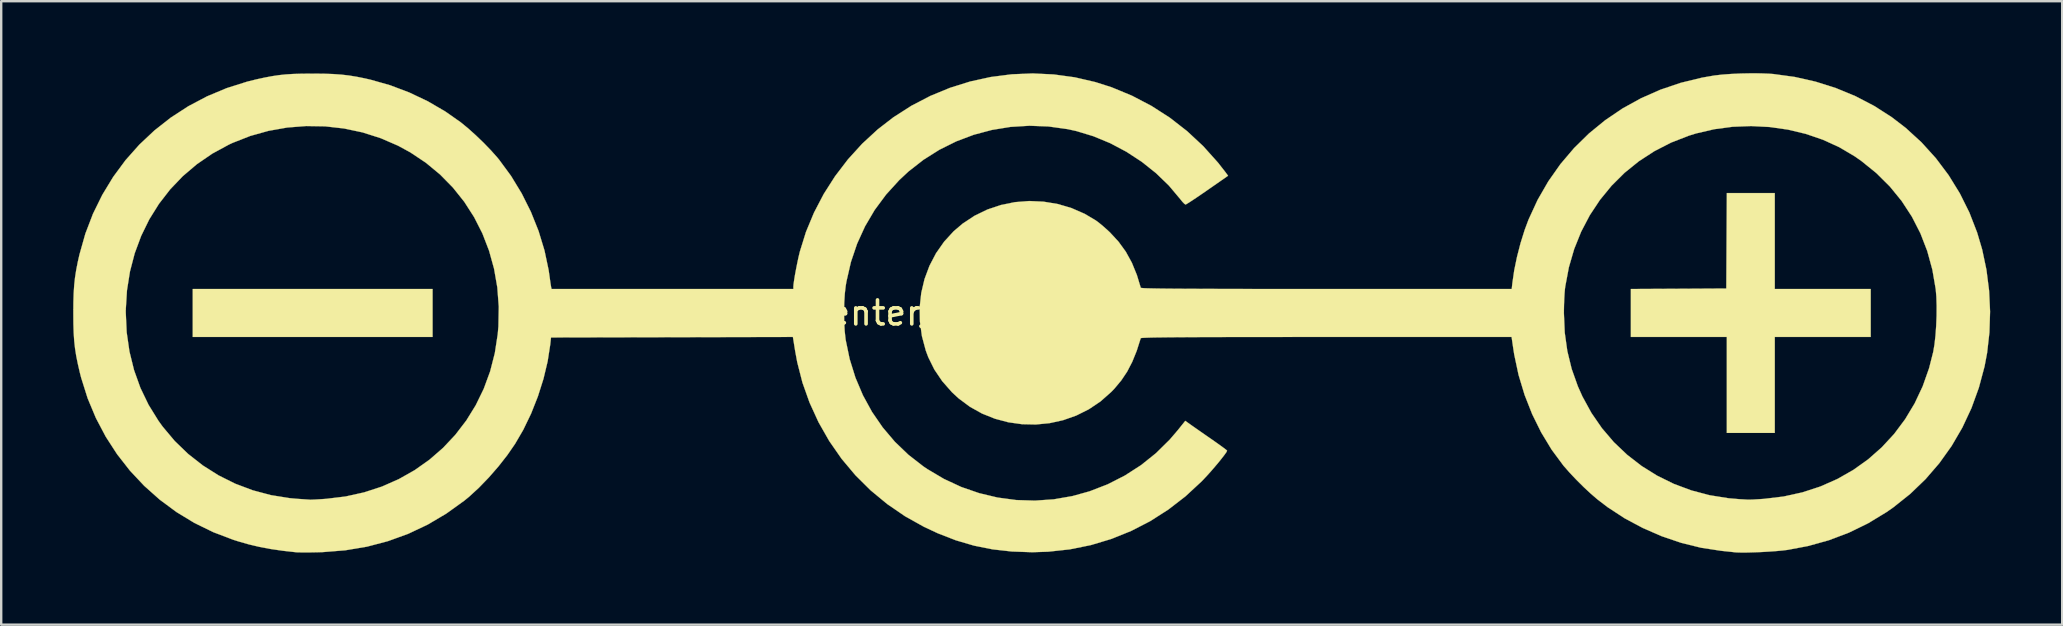
<source format=kicad_pcb>
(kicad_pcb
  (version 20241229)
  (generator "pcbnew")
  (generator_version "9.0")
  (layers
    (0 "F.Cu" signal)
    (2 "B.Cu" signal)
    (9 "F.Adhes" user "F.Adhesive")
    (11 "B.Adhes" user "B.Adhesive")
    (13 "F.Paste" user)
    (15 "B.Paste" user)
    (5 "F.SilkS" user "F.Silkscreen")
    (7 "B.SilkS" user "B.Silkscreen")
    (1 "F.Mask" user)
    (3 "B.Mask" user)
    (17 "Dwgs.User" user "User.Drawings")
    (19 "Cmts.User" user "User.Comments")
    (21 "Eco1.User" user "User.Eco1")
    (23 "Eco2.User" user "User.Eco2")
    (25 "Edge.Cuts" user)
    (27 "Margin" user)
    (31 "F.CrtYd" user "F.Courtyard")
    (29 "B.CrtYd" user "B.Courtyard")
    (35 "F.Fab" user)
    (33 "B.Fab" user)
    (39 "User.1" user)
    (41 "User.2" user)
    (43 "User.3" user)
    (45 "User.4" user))
  (footprint "Polarity_Center_Positive_20mm_SilkScreen"
    (layer "F.Cu")
    (at 39.915 9.99)
    (property "Reference" "Polarity_Center_Positive_20mm_SilkScreen" (at 0 0 0) (layer "F.SilkS") (effects (font (size 1 1) (thickness 0.15))))
    (attr board_only exclude_from_pos_files exclude_from_bom allow_missing_courtyard)
    (fp_poly (pts (xy -24.942 0.999) (xy -34.935 0.999) (xy -34.935 -0.999) (xy -24.942 -0.999) (xy -24.942 0.999)) (stroke (width 0.01) (type solid)) (fill yes) (layer "F.SilkS"))
    (fp_poly (pts (xy 30.98 -0.999) (xy 34.977 -0.999) (xy 34.977 0.999) (xy 30.98 0.999) (xy 30.98 4.997) (xy 28.981 4.997) (xy 28.981 0.999) (xy 24.984 0.999) (xy 24.984 -0.999) (xy 26.972 -1.009) (xy 28.96 -1.02) (xy 28.971 -3.008) (xy 28.982 -4.997) (xy 30.98 -4.997) (xy 30.98 -0.999)) (stroke (width 0.01) (type solid)) (fill yes) (layer "F.SilkS"))
    (fp_poly (pts (xy 30.382 -9.983) (xy 30.744 -9.969) (xy 30.92 -9.956) (xy 31.808 -9.835) (xy 32.68 -9.638) (xy 33.527 -9.37) (xy 34.344 -9.032) (xy 35.121 -8.627) (xy 35.852 -8.159) (xy 36.434 -7.712) (xy 37.094 -7.108) (xy 37.691 -6.449) (xy 38.224 -5.74) (xy 38.69 -4.984) (xy 39.087 -4.187) (xy 39.411 -3.352) (xy 39.621 -2.644) (xy 39.799 -1.8) (xy 39.909 -0.933) (xy 39.95 -0.058) (xy 39.923 0.811) (xy 39.827 1.66) (xy 39.721 2.223) (xy 39.483 3.113) (xy 39.174 3.964) (xy 38.795 4.774) (xy 38.349 5.539) (xy 37.837 6.256) (xy 37.262 6.923) (xy 36.626 7.535) (xy 35.931 8.09) (xy 35.638 8.295) (xy 34.87 8.761) (xy 34.069 9.152) (xy 33.232 9.469) (xy 32.358 9.711) (xy 31.509 9.871) (xy 31.296 9.897) (xy 31.032 9.921) (xy 30.736 9.942) (xy 30.425 9.96) (xy 30.117 9.972) (xy 29.83 9.98) (xy 29.581 9.981) (xy 29.387 9.976) (xy 29.314 9.97) (xy 29.211 9.958) (xy 29.05 9.941) (xy 28.858 9.921) (xy 28.731 9.907) (xy 27.908 9.781) (xy 27.084 9.578) (xy 26.271 9.302) (xy 25.481 8.959) (xy 24.724 8.554) (xy 24.015 8.091) (xy 23.589 7.765) (xy 23.317 7.531) (xy 23.019 7.254) (xy 22.718 6.955) (xy 22.437 6.658) (xy 22.196 6.384) (xy 22.168 6.35) (xy 21.682 5.693) (xy 21.249 4.978) (xy 20.872 4.215) (xy 20.556 3.413) (xy 20.305 2.582) (xy 20.124 1.732) (xy 20.089 1.509) (xy 20.014 0.999) (xy 12.296 0.999) (xy 11.32 0.999) (xy 10.425 1) (xy 9.608 1) (xy 8.864 1.001) (xy 8.192 1.002) (xy 7.588 1.004) (xy 7.049 1.005) (xy 6.572 1.007) (xy 6.155 1.01) (xy 5.793 1.012) (xy 5.485 1.016) (xy 5.227 1.019) (xy 5.016 1.023) (xy 4.849 1.028) (xy 4.724 1.033) (xy 4.636 1.038) (xy 4.584 1.044) (xy 4.563 1.051) (xy 4.563 1.051) (xy 4.395 1.578) (xy 4.209 2.036) (xy 3.998 2.442) (xy 3.752 2.81) (xy 3.464 3.155) (xy 3.333 3.291) (xy 2.885 3.687) (xy 2.397 4.014) (xy 1.876 4.274) (xy 1.33 4.466) (xy 0.767 4.59) (xy 0.193 4.646) (xy -0.382 4.634) (xy -0.953 4.554) (xy -1.51 4.406) (xy -2.047 4.191) (xy -2.556 3.907) (xy -3.029 3.555) (xy -3.303 3.301) (xy -3.707 2.842) (xy -4.034 2.359) (xy -4.289 1.843) (xy -4.393 1.565) (xy -4.554 0.964) (xy -4.637 0.358) (xy -4.642 0.014) (xy 22.194 0.014) (xy 22.229 0.82) (xy 22.337 1.589) (xy 22.518 2.331) (xy 22.775 3.054) (xy 22.964 3.477) (xy 23.34 4.164) (xy 23.779 4.801) (xy 24.277 5.384) (xy 24.831 5.91) (xy 25.435 6.377) (xy 26.085 6.782) (xy 26.776 7.121) (xy 27.505 7.393) (xy 28.267 7.594) (xy 29.058 7.72) (xy 29.522 7.759) (xy 29.672 7.767) (xy 29.804 7.775) (xy 29.855 7.778) (xy 29.935 7.778) (xy 30.078 7.773) (xy 30.266 7.762) (xy 30.481 7.748) (xy 30.529 7.745) (xy 31.346 7.647) (xy 32.131 7.474) (xy 32.879 7.23) (xy 33.587 6.917) (xy 34.252 6.539) (xy 34.87 6.098) (xy 35.438 5.597) (xy 35.953 5.04) (xy 36.41 4.428) (xy 36.808 3.766) (xy 37.142 3.056) (xy 37.409 2.301) (xy 37.581 1.624) (xy 37.634 1.311) (xy 37.676 0.939) (xy 37.705 0.531) (xy 37.722 0.11) (xy 37.724 -0.301) (xy 37.712 -0.679) (xy 37.686 -0.988) (xy 37.546 -1.803) (xy 37.333 -2.581) (xy 37.048 -3.318) (xy 36.692 -4.014) (xy 36.267 -4.665) (xy 35.773 -5.271) (xy 35.213 -5.827) (xy 34.587 -6.333) (xy 34.311 -6.526) (xy 33.674 -6.903) (xy 32.993 -7.215) (xy 32.276 -7.461) (xy 31.531 -7.639) (xy 30.768 -7.748) (xy 29.995 -7.788) (xy 29.221 -7.758) (xy 28.454 -7.656) (xy 27.702 -7.481) (xy 27.399 -7.387) (xy 26.659 -7.099) (xy 25.964 -6.742) (xy 25.317 -6.322) (xy 24.722 -5.841) (xy 24.181 -5.303) (xy 23.697 -4.713) (xy 23.274 -4.075) (xy 22.915 -3.391) (xy 22.623 -2.667) (xy 22.401 -1.905) (xy 22.252 -1.111) (xy 22.237 -1) (xy 22.222 -0.829) (xy 22.209 -0.601) (xy 22.199 -0.341) (xy 22.194 -0.075) (xy 22.194 0.014) (xy -4.642 0.014) (xy -4.646 -0.245) (xy -4.581 -0.838) (xy -4.445 -1.414) (xy -4.239 -1.966) (xy -3.967 -2.487) (xy -3.63 -2.969) (xy -3.231 -3.405) (xy -2.86 -3.721) (xy -2.36 -4.051) (xy -1.824 -4.311) (xy -1.26 -4.5) (xy -0.678 -4.618) (xy -0.084 -4.664) (xy 0.511 -4.638) (xy 1.101 -4.541) (xy 1.676 -4.372) (xy 2.228 -4.131) (xy 2.686 -3.86) (xy 2.823 -3.758) (xy 2.993 -3.617) (xy 3.171 -3.46) (xy 3.279 -3.359) (xy 3.639 -2.969) (xy 3.942 -2.552) (xy 4.194 -2.093) (xy 4.403 -1.581) (xy 4.564 -1.051) (xy 4.581 -1.045) (xy 4.629 -1.039) (xy 4.712 -1.033) (xy 4.833 -1.028) (xy 4.994 -1.024) (xy 5.2 -1.02) (xy 5.452 -1.016) (xy 5.754 -1.013) (xy 6.108 -1.01) (xy 6.519 -1.008) (xy 6.988 -1.006) (xy 7.519 -1.004) (xy 8.115 -1.002) (xy 8.779 -1.001) (xy 9.513 -1) (xy 10.322 -1) (xy 11.207 -0.999) (xy 12.172 -0.999) (xy 12.299 -0.999) (xy 20.02 -0.999) (xy 20.049 -1.26) (xy 20.125 -1.782) (xy 20.241 -2.342) (xy 20.388 -2.911) (xy 20.559 -3.458) (xy 20.72 -3.889) (xy 21.098 -4.71) (xy 21.543 -5.482) (xy 22.05 -6.203) (xy 22.617 -6.87) (xy 23.239 -7.48) (xy 23.913 -8.031) (xy 24.636 -8.521) (xy 25.405 -8.945) (xy 26.216 -9.303) (xy 27.065 -9.59) (xy 27.949 -9.805) (xy 28.455 -9.893) (xy 28.774 -9.93) (xy 29.151 -9.958) (xy 29.561 -9.977) (xy 29.98 -9.985) (xy 30.382 -9.983)) (stroke (width 0.01) (type solid)) (fill yes) (layer "F.SilkS"))
    (fp_poly (pts (xy 0.941 -9.938) (xy 1.813 -9.819) (xy 2.673 -9.62) (xy 3.352 -9.403) (xy 4.199 -9.052) (xy 5.008 -8.629) (xy 5.775 -8.136) (xy 6.494 -7.577) (xy 7.164 -6.953) (xy 7.778 -6.269) (xy 8.092 -5.868) (xy 8.202 -5.718) (xy 7.34 -5.118) (xy 7.102 -4.954) (xy 6.886 -4.807) (xy 6.701 -4.684) (xy 6.556 -4.59) (xy 6.462 -4.533) (xy 6.429 -4.518) (xy 6.381 -4.549) (xy 6.302 -4.63) (xy 6.211 -4.743) (xy 5.738 -5.306) (xy 5.2 -5.826) (xy 4.606 -6.299) (xy 3.968 -6.716) (xy 3.294 -7.073) (xy 2.595 -7.363) (xy 1.88 -7.58) (xy 1.516 -7.66) (xy 0.719 -7.771) (xy -0.076 -7.801) (xy -0.863 -7.753) (xy -1.637 -7.627) (xy -2.392 -7.426) (xy -3.122 -7.151) (xy -3.821 -6.804) (xy -4.485 -6.386) (xy -5.107 -5.901) (xy -5.497 -5.538) (xy -6.046 -4.935) (xy -6.522 -4.293) (xy -6.924 -3.61) (xy -7.254 -2.887) (xy -7.512 -2.124) (xy -7.697 -1.319) (xy -7.73 -1.124) (xy -7.767 -0.803) (xy -7.79 -0.428) (xy -7.798 -0.024) (xy -7.792 0.38) (xy -7.771 0.76) (xy -7.735 1.087) (xy -7.731 1.119) (xy -7.564 1.922) (xy -7.324 2.693) (xy -7.013 3.427) (xy -6.634 4.12) (xy -6.189 4.767) (xy -5.682 5.365) (xy -5.115 5.909) (xy -4.49 6.395) (xy -4.33 6.503) (xy -3.636 6.914) (xy -2.913 7.25) (xy -2.166 7.508) (xy -1.402 7.69) (xy -0.626 7.794) (xy 0.156 7.818) (xy 0.939 7.764) (xy 1.717 7.629) (xy 2.433 7.43) (xy 3.187 7.138) (xy 3.902 6.773) (xy 4.574 6.341) (xy 5.197 5.842) (xy 5.767 5.281) (xy 6.109 4.881) (xy 6.419 4.494) (xy 6.613 4.633) (xy 6.709 4.701) (xy 6.859 4.806) (xy 7.048 4.938) (xy 7.262 5.087) (xy 7.485 5.241) (xy 7.692 5.386) (xy 7.873 5.515) (xy 8.019 5.622) (xy 8.118 5.697) (xy 8.16 5.734) (xy 8.161 5.736) (xy 8.135 5.793) (xy 8.061 5.899) (xy 7.95 6.044) (xy 7.811 6.217) (xy 7.653 6.405) (xy 7.486 6.599) (xy 7.318 6.785) (xy 7.16 6.954) (xy 7.101 7.015) (xy 6.426 7.64) (xy 5.709 8.193) (xy 4.954 8.675) (xy 4.163 9.082) (xy 3.34 9.414) (xy 2.488 9.67) (xy 1.609 9.848) (xy 0.709 9.946) (xy 0.042 9.968) (xy -0.807 9.938) (xy -1.61 9.848) (xy -2.382 9.694) (xy -3.138 9.472) (xy -3.892 9.179) (xy -4.466 8.911) (xy -5.256 8.47) (xy -5.998 7.962) (xy -6.689 7.391) (xy -7.325 6.76) (xy -7.901 6.074) (xy -8.415 5.335) (xy -8.862 4.55) (xy -9.236 3.732) (xy -9.531 2.902) (xy -9.749 2.05) (xy -9.836 1.58) (xy -9.929 0.999) (xy -14.969 1.01) (xy -20.008 1.02) (xy -20.039 1.312) (xy -20.148 2.017) (xy -20.322 2.745) (xy -20.554 3.476) (xy -20.836 4.189) (xy -21.162 4.865) (xy -21.506 5.455) (xy -21.829 5.923) (xy -22.2 6.396) (xy -22.6 6.855) (xy -23.014 7.283) (xy -23.425 7.66) (xy -23.622 7.821) (xy -24.368 8.357) (xy -25.146 8.817) (xy -25.957 9.2) (xy -26.8 9.506) (xy -27.674 9.736) (xy -28.58 9.888) (xy -29.518 9.963) (xy -29.71 9.969) (xy -29.964 9.974) (xy -30.201 9.976) (xy -30.404 9.975) (xy -30.554 9.973) (xy -30.626 9.969) (xy -31.19 9.906) (xy -31.693 9.833) (xy -32.153 9.746) (xy -32.594 9.642) (xy -33.035 9.516) (xy -33.249 9.448) (xy -34.078 9.133) (xy -34.867 8.747) (xy -35.613 8.294) (xy -36.311 7.777) (xy -36.958 7.201) (xy -37.551 6.569) (xy -38.086 5.885) (xy -38.56 5.153) (xy -38.97 4.376) (xy -39.312 3.559) (xy -39.582 2.704) (xy -39.637 2.49) (xy -39.722 2.121) (xy -39.789 1.791) (xy -39.838 1.478) (xy -39.873 1.162) (xy -39.895 0.824) (xy -39.907 0.444) (xy -39.91 0) (xy -39.91 -0.021) (xy -37.725 -0.021) (xy -37.687 0.806) (xy -37.571 1.608) (xy -37.38 2.381) (xy -37.115 3.121) (xy -36.776 3.825) (xy -36.365 4.49) (xy -36.19 4.733) (xy -35.686 5.333) (xy -35.126 5.873) (xy -34.515 6.352) (xy -33.859 6.766) (xy -33.164 7.113) (xy -32.434 7.388) (xy -31.676 7.59) (xy -30.895 7.715) (xy -30.584 7.743) (xy -30.389 7.756) (xy -30.219 7.768) (xy -30.095 7.776) (xy -30.043 7.78) (xy -29.972 7.779) (xy -29.836 7.773) (xy -29.653 7.762) (xy -29.44 7.748) (xy -29.379 7.744) (xy -28.569 7.646) (xy -27.792 7.474) (xy -27.05 7.232) (xy -26.347 6.921) (xy -25.687 6.548) (xy -25.072 6.113) (xy -24.507 5.622) (xy -23.995 5.077) (xy -23.539 4.483) (xy -23.143 3.842) (xy -22.81 3.158) (xy -22.544 2.434) (xy -22.349 1.674) (xy -22.227 0.881) (xy -22.199 0.562) (xy -22.184 -0.263) (xy -22.245 -1.067) (xy -22.381 -1.846) (xy -22.589 -2.596) (xy -22.866 -3.313) (xy -23.211 -3.993) (xy -23.621 -4.632) (xy -24.095 -5.225) (xy -24.629 -5.769) (xy -25.221 -6.259) (xy -25.869 -6.691) (xy -26.379 -6.969) (xy -27.104 -7.283) (xy -27.857 -7.523) (xy -28.631 -7.687) (xy -29.417 -7.776) (xy -30.209 -7.789) (xy -30.998 -7.727) (xy -31.777 -7.589) (xy -32.539 -7.376) (xy -33.275 -7.087) (xy -33.427 -7.016) (xy -34.121 -6.639) (xy -34.762 -6.199) (xy -35.348 -5.701) (xy -35.875 -5.15) (xy -36.341 -4.549) (xy -36.745 -3.902) (xy -37.082 -3.214) (xy -37.352 -2.488) (xy -37.55 -1.73) (xy -37.675 -0.942) (xy -37.725 -0.13) (xy -37.725 -0.021) (xy -39.91 -0.021) (xy -39.907 -0.443) (xy -39.895 -0.824) (xy -39.873 -1.162) (xy -39.839 -1.477) (xy -39.79 -1.791) (xy -39.725 -2.123) (xy -39.654 -2.436) (xy -39.409 -3.303) (xy -39.091 -4.133) (xy -38.703 -4.922) (xy -38.25 -5.668) (xy -37.735 -6.366) (xy -37.16 -7.013) (xy -36.53 -7.605) (xy -35.848 -8.141) (xy -35.117 -8.615) (xy -34.341 -9.025) (xy -33.524 -9.367) (xy -32.667 -9.638) (xy -32.27 -9.736) (xy -31.928 -9.81) (xy -31.626 -9.867) (xy -31.342 -9.909) (xy -31.059 -9.939) (xy -30.756 -9.958) (xy -30.413 -9.968) (xy -30.011 -9.972) (xy -29.918 -9.972) (xy -29.472 -9.968) (xy -29.088 -9.955) (xy -28.746 -9.931) (xy -28.424 -9.894) (xy -28.103 -9.842) (xy -27.761 -9.773) (xy -27.526 -9.719) (xy -26.713 -9.489) (xy -25.912 -9.186) (xy -25.139 -8.819) (xy -24.407 -8.392) (xy -23.77 -7.945) (xy -23.467 -7.697) (xy -23.141 -7.404) (xy -22.813 -7.089) (xy -22.506 -6.771) (xy -22.24 -6.472) (xy -22.174 -6.392) (xy -21.673 -5.711) (xy -21.229 -4.981) (xy -20.845 -4.212) (xy -20.526 -3.415) (xy -20.279 -2.604) (xy -20.107 -1.789) (xy -20.071 -1.541) (xy -20.047 -1.366) (xy -20.025 -1.214) (xy -20.008 -1.111) (xy -20.005 -1.093) (xy -19.985 -0.999) (xy -9.91 -0.999) (xy -9.91 -1.098) (xy -9.901 -1.206) (xy -9.877 -1.376) (xy -9.842 -1.59) (xy -9.797 -1.83) (xy -9.748 -2.077) (xy -9.698 -2.313) (xy -9.649 -2.519) (xy -9.64 -2.556) (xy -9.384 -3.379) (xy -9.05 -4.181) (xy -8.645 -4.957) (xy -8.171 -5.699) (xy -7.636 -6.399) (xy -7.043 -7.051) (xy -6.397 -7.647) (xy -5.744 -8.152) (xy -4.991 -8.634) (xy -4.202 -9.044) (xy -3.384 -9.381) (xy -2.543 -9.644) (xy -1.684 -9.832) (xy -0.813 -9.944) (xy 0.064 -9.98) (xy 0.941 -9.938)) (stroke (width 0.01) (type solid)) (fill yes) (layer "F.SilkS")))
  (gr_rect
    (start -3 -3)
    (end 82.87 22.977)
    (stroke (width 0.1) (type default))
    (fill no)
    (layer "Edge.Cuts")))
</source>
